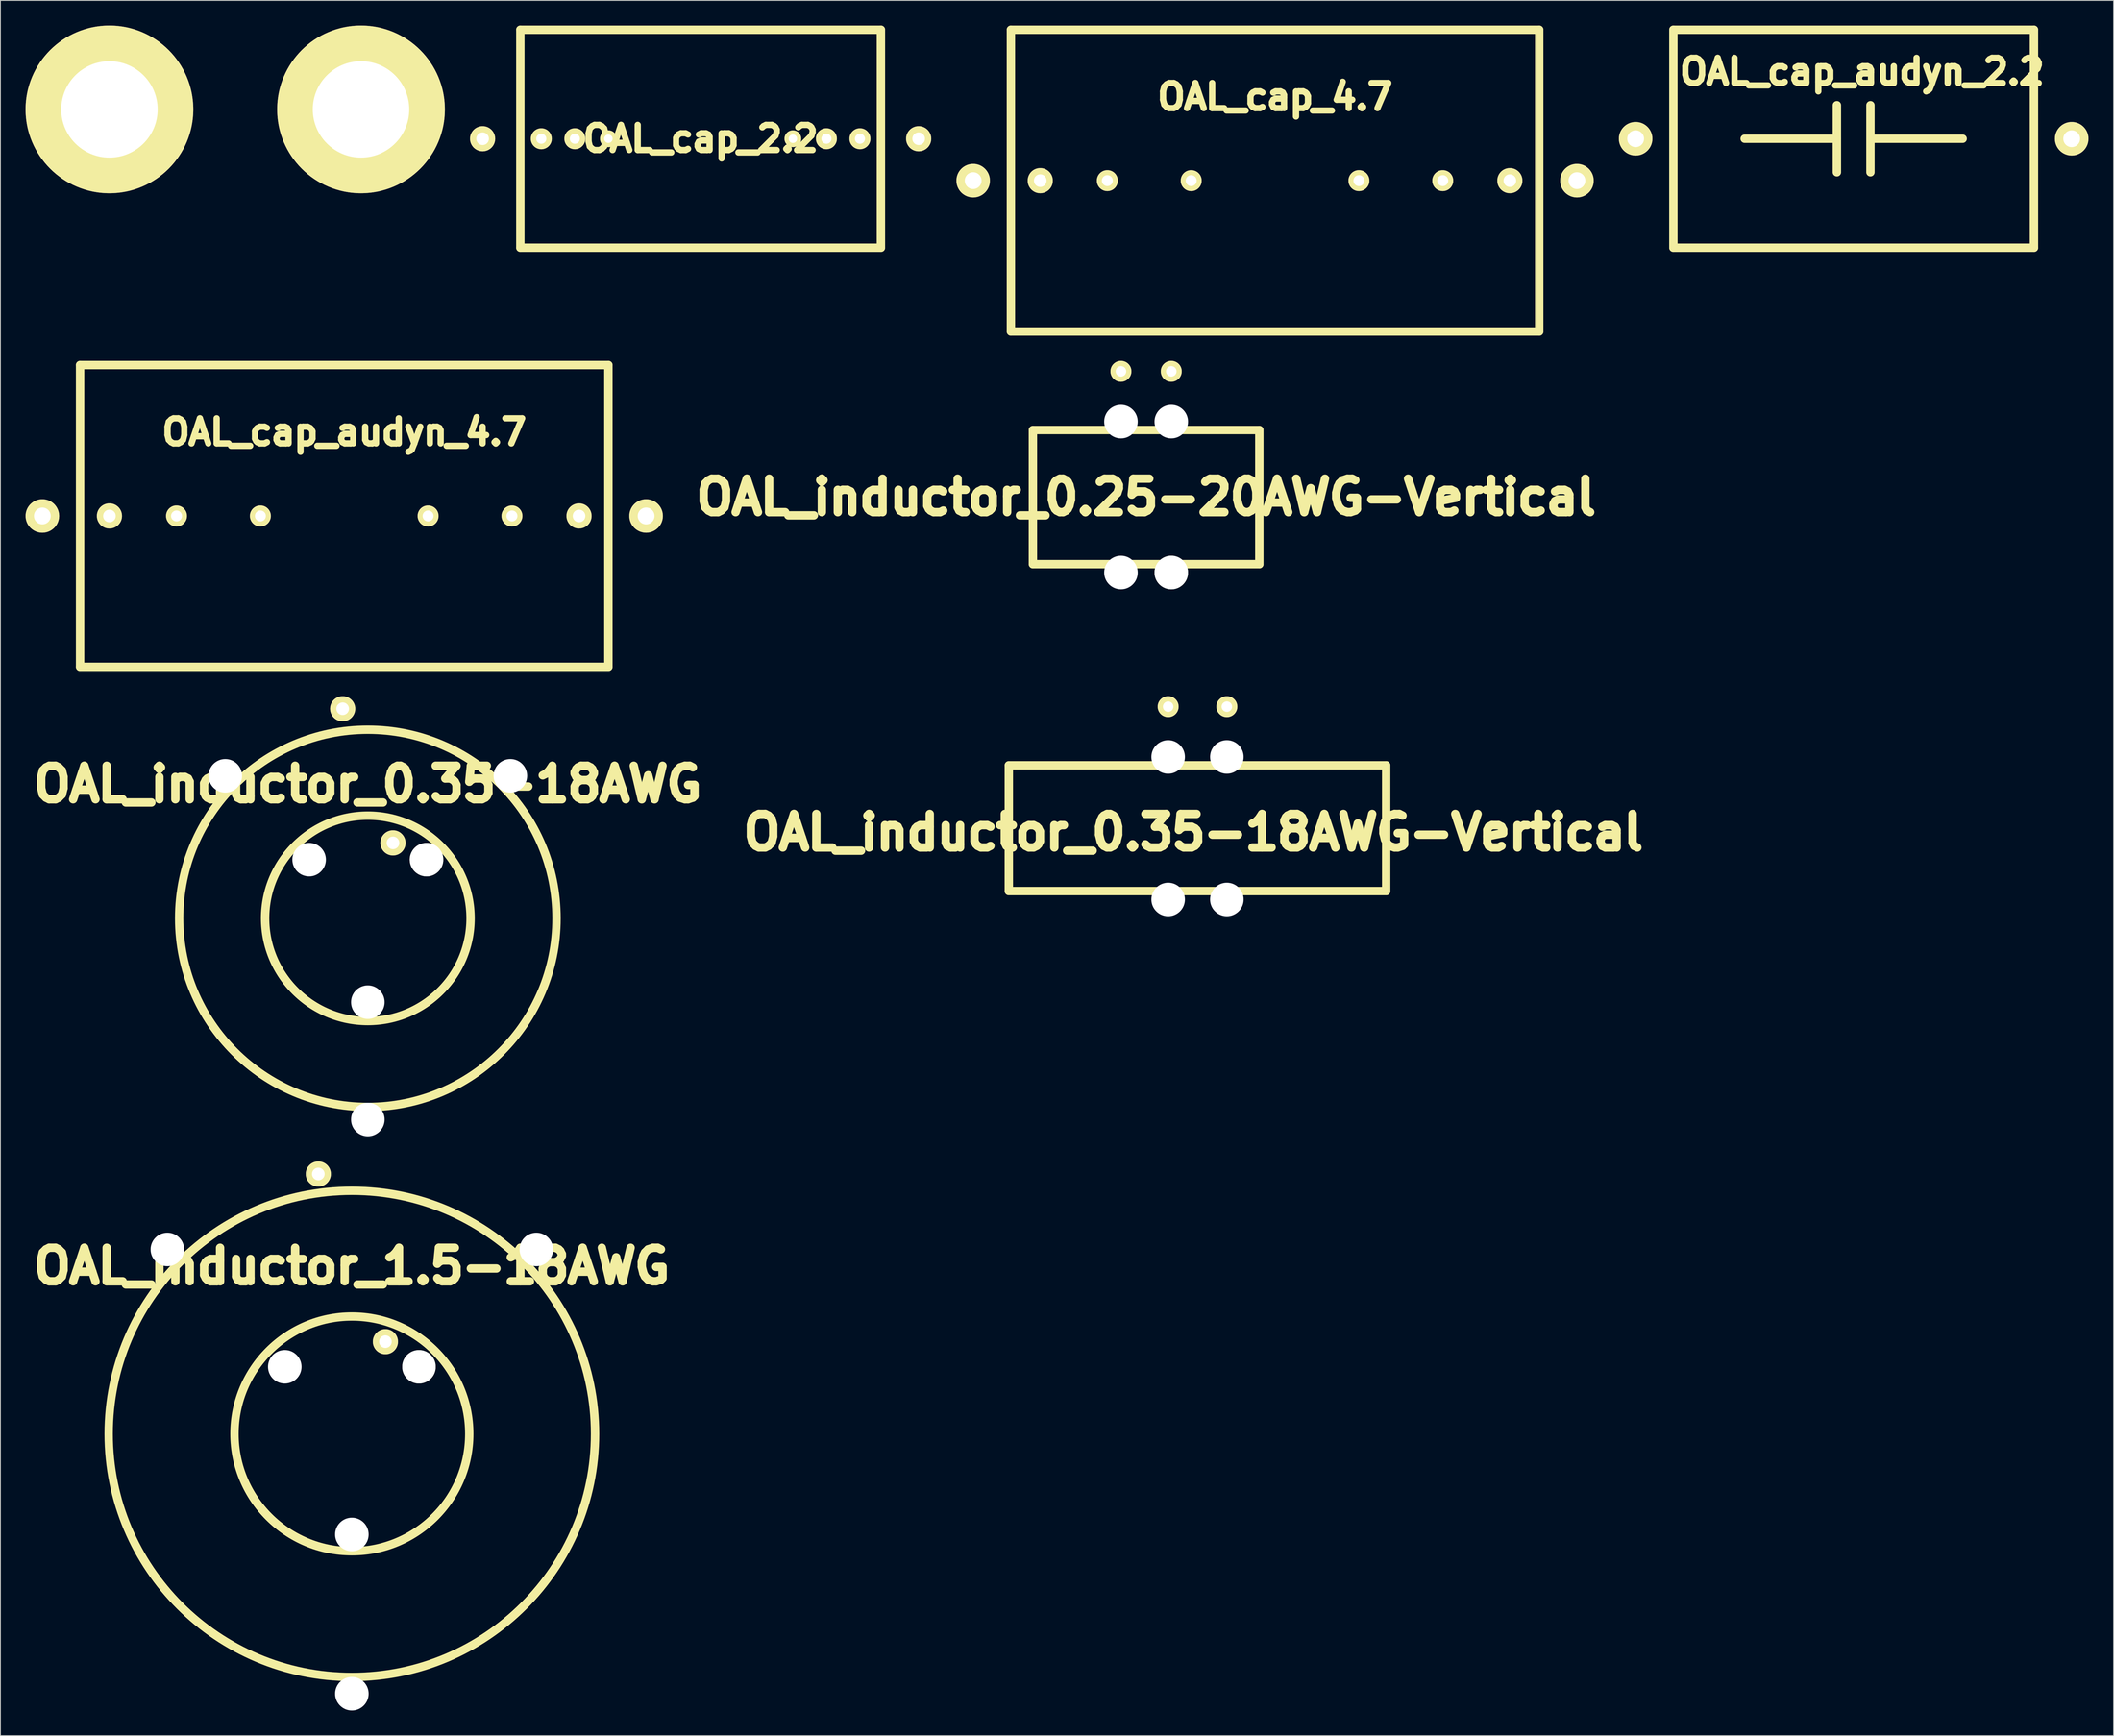
<source format=kicad_pcb>
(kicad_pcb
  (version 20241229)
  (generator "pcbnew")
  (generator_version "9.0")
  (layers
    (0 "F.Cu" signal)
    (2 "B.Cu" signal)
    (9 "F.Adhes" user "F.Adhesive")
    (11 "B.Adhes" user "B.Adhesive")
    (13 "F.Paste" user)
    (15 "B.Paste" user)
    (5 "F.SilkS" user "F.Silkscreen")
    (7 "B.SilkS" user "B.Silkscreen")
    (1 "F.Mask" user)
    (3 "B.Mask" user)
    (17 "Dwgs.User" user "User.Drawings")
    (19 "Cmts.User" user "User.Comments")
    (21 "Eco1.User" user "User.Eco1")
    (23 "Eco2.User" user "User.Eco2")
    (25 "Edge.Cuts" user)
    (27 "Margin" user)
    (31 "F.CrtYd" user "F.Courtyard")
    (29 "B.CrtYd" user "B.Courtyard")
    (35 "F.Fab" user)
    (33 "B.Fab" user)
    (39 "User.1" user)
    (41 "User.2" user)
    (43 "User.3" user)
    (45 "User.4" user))
  (footprint "OAL_cap_2.2"
    (layer "F.Cu")
    (at 80.5 13.5)
    (property "Reference" "OAL_cap_2.2" (at 0 0 0) (layer "F.SilkS") (effects (font (size 3 3) (thickness 0.75))))
    (attr through_hole)
    (fp_line (start -21.5 -13) (end -21.5 13) (stroke (width 1) (type solid)) (layer "F.SilkS"))
    (fp_line (start -21.5 -13) (end 21.5 -13) (stroke (width 1) (type solid)) (layer "F.SilkS"))
    (fp_line (start -21.5 13) (end 21.5 13) (stroke (width 1) (type solid)) (layer "F.SilkS"))
    (fp_line (start 21.5 -13) (end 21.5 13) (stroke (width 1) (type solid)) (layer "F.SilkS"))
    (pad "1" thru_hole circle (at -26 0) (size 3 3) (drill 1.5) (layers "*.Cu" "*.Mask" "F.SilkS"))
    (pad "1" thru_hole circle (at -19 0) (size 2.5 2.5) (drill 1.2) (layers "*.Cu" "*.Mask" "F.SilkS"))
    (pad "1" thru_hole circle (at -15 0) (size 2.5 2.5) (drill 1.2) (layers "*.Cu" "*.Mask" "F.SilkS"))
    (pad "1" thru_hole circle (at -11 0) (size 2 2) (drill 1) (layers "*.Cu" "*.Mask" "F.SilkS"))
    (pad "2" thru_hole circle (at 11 0 180) (size 2 2) (drill 1) (layers "*.Cu" "*.Mask" "F.SilkS"))
    (pad "2" thru_hole circle (at 15 0 180) (size 2.5 2.5) (drill 1.2) (layers "*.Cu" "*.Mask" "F.SilkS"))
    (pad "2" thru_hole circle (at 19 0 180) (size 2.5 2.5) (drill 1.2) (layers "*.Cu" "*.Mask" "F.SilkS"))
    (pad "2" thru_hole circle (at 26 0) (size 3 3) (drill 1.5) (layers "*.Cu" "*.Mask" "F.SilkS")))
  (footprint "OAL_cap_4.7"
    (layer "F.Cu")
    (at 149 18.5)
    (property "Reference" "OAL_cap_4.7" (at 0 -10 0) (layer "F.SilkS") (effects (font (size 3 3) (thickness 0.75))))
    (attr through_hole)
    (fp_line (start -31.5 -18) (end -31.5 18) (stroke (width 1) (type solid)) (layer "F.SilkS"))
    (fp_line (start -31.5 -18) (end 31.5 -18) (stroke (width 1) (type solid)) (layer "F.SilkS"))
    (fp_line (start -31.5 18) (end 31.5 18) (stroke (width 1) (type solid)) (layer "F.SilkS"))
    (fp_line (start 31.5 -18) (end 31.5 18) (stroke (width 1) (type solid)) (layer "F.SilkS"))
    (pad "1" thru_hole circle (at -36 0) (size 4 4) (drill 2) (layers "*.Cu" "*.Mask" "F.SilkS"))
    (pad "1" thru_hole circle (at -28 0) (size 3 3) (drill 1.5) (layers "*.Cu" "*.Mask" "F.SilkS"))
    (pad "1" thru_hole circle (at -20 0) (size 2.5 2.5) (drill 1.3) (layers "*.Cu" "*.Mask" "F.SilkS"))
    (pad "1" thru_hole circle (at -10 0) (size 2.5 2.5) (drill 1.3) (layers "*.Cu" "*.Mask" "F.SilkS"))
    (pad "2" thru_hole circle (at 10 0) (size 2.5 2.5) (drill 1.3) (layers "*.Cu" "*.Mask" "F.SilkS"))
    (pad "2" thru_hole circle (at 20 0) (size 2.5 2.5) (drill 1.3) (layers "*.Cu" "*.Mask" "F.SilkS"))
    (pad "2" thru_hole circle (at 28 0) (size 3 3) (drill 1.5) (layers "*.Cu" "*.Mask" "F.SilkS"))
    (pad "2" thru_hole circle (at 36 0) (size 4 4) (drill 2) (layers "*.Cu" "*.Mask" "F.SilkS")))
  (footprint "OAL_cap_audyn_4.7"
    (layer "F.Cu")
    (at 38 58.5)
    (property "Reference" "OAL_cap_audyn_4.7" (at 0 -10 0) (layer "F.SilkS") (effects (font (size 3 3) (thickness 0.75))))
    (attr through_hole)
    (fp_line (start -31.5 -18) (end -31.5 18) (stroke (width 1) (type solid)) (layer "F.SilkS"))
    (fp_line (start -31.5 -18) (end 31.5 -18) (stroke (width 1) (type solid)) (layer "F.SilkS"))
    (fp_line (start -31.5 18) (end 31.5 18) (stroke (width 1) (type solid)) (layer "F.SilkS"))
    (fp_line (start 31.5 -18) (end 31.5 18) (stroke (width 1) (type solid)) (layer "F.SilkS"))
    (pad "1" thru_hole circle (at -36 0) (size 4 4) (drill 2) (layers "*.Cu" "*.Mask" "F.SilkS"))
    (pad "1" thru_hole circle (at -28 0) (size 3 3) (drill 1.5) (layers "*.Cu" "*.Mask" "F.SilkS"))
    (pad "1" thru_hole circle (at -20 0) (size 2.5 2.5) (drill 1.3) (layers "*.Cu" "*.Mask" "F.SilkS"))
    (pad "1" thru_hole circle (at -10 0) (size 2.5 2.5) (drill 1.3) (layers "*.Cu" "*.Mask" "F.SilkS"))
    (pad "2" thru_hole circle (at 10 0) (size 2.5 2.5) (drill 1.3) (layers "*.Cu" "*.Mask" "F.SilkS"))
    (pad "2" thru_hole circle (at 20 0) (size 2.5 2.5) (drill 1.3) (layers "*.Cu" "*.Mask" "F.SilkS"))
    (pad "2" thru_hole circle (at 28 0) (size 3 3) (drill 1.5) (layers "*.Cu" "*.Mask" "F.SilkS"))
    (pad "2" thru_hole circle (at 36 0) (size 4 4) (drill 2) (layers "*.Cu" "*.Mask" "F.SilkS")))
  (footprint "OAL_inductor_0.35-18AWG-Vertical"
    (layer "F.Cu")
    (at 117.252 103.25)
    (property "Reference" "OAL_inductor_0.35-18AWG-Vertical" (at 22 -7 0) (layer "F.SilkS") (effects (font (size 4 4) (thickness 1))))
    (attr through_hole)
    (fp_line (start 0 -15) (end 45 -15) (stroke (width 1) (type solid)) (layer "F.SilkS"))
    (fp_line (start 0 0) (end 0 -15) (stroke (width 1) (type solid)) (layer "F.SilkS"))
    (fp_line (start 0 0) (end 45 0) (stroke (width 1) (type solid)) (layer "F.SilkS"))
    (fp_line (start 45 0) (end 45 -15) (stroke (width 1) (type solid)) (layer "F.SilkS"))
    (pad "" np_thru_hole circle (at 19 -16) (size 4 4) (drill 4) (layers "*.Cu"))
    (pad "" np_thru_hole circle (at 19 1) (size 4 4) (drill 4) (layers "*.Cu"))
    (pad "" np_thru_hole circle (at 26 -16) (size 4 4) (drill 4) (layers "*.Cu"))
    (pad "" np_thru_hole circle (at 26 1) (size 4 4) (drill 4) (layers "*.Cu"))
    (pad "1" thru_hole circle (at 19 -22) (size 2.5 2.5) (drill 1.25) (layers "*.Cu" "*.Mask" "F.SilkS"))
    (pad "2" thru_hole circle (at 26 -22) (size 2.5 2.5) (drill 1.25) (layers "*.Cu" "*.Mask" "F.SilkS")))
  (footprint "OAL_inductor_1.5-18AWG"
    (layer "F.Cu")
    (at 38.91 168)
    (property "Reference" "OAL_inductor_1.5-18AWG" (at 0 -20 0) (layer "F.SilkS") (effects (font (size 4 4) (thickness 1))))
    (attr through_hole)
    (fp_circle (center 0 0) (end 14 0) (stroke (width 1) (type solid)) (fill no) (layer "F.SilkS"))
    (fp_circle (center 0 0) (end 29 0) (stroke (width 1) (type solid)) (fill no) (layer "F.SilkS"))
    (pad "" np_thru_hole circle (at -22 -22) (size 4 4) (drill 4) (layers "*.Cu"))
    (pad "" np_thru_hole circle (at -8 -8) (size 4 4) (drill 4) (layers "*.Cu"))
    (pad "" np_thru_hole circle (at 0 12) (size 4 4) (drill 4) (layers "*.Cu"))
    (pad "" np_thru_hole circle (at 0 31) (size 4 4) (drill 4) (layers "*.Cu"))
    (pad "" np_thru_hole circle (at 8 -8) (size 4 4) (drill 4) (layers "*.Cu" "*.Mask" "F.SilkS"))
    (pad "" np_thru_hole circle (at 22 -22) (size 4 4) (drill 4) (layers "*.Cu"))
    (pad "1" thru_hole circle (at 4 -11) (size 3 3) (drill 1.5) (layers "*.Cu" "*.Mask" "F.SilkS"))
    (pad "2" thru_hole circle (at -4 -31) (size 3 3) (drill 1.5) (layers "*.Cu" "*.Mask" "F.SilkS")))
  (footprint "OAL_inductor_0.25-20AWG-Vertical"
    (layer "F.Cu")
    (at 133.624 56.25)
    (property "Reference" "OAL_inductor_0.25-20AWG-Vertical" (at 0 0 0) (layer "F.SilkS") (effects (font (size 4 4) (thickness 1))))
    (attr through_hole)
    (fp_line (start -13.5 -8) (end -13.5 8) (stroke (width 1) (type solid)) (layer "F.SilkS"))
    (fp_line (start -13.5 -8) (end 13.5 -8) (stroke (width 1) (type solid)) (layer "F.SilkS"))
    (fp_line (start -13.5 8) (end 13.5 8) (stroke (width 1) (type solid)) (layer "F.SilkS"))
    (fp_line (start 13.5 -8) (end 13.5 8) (stroke (width 1) (type solid)) (layer "F.SilkS"))
    (pad "" np_thru_hole circle (at -3 -9) (size 4 4) (drill 4) (layers "*.Cu"))
    (pad "" np_thru_hole circle (at -3 9) (size 4 4) (drill 4) (layers "*.Cu"))
    (pad "" np_thru_hole circle (at 3 -9) (size 4 4) (drill 4) (layers "*.Cu"))
    (pad "" np_thru_hole circle (at 3 9) (size 4 4) (drill 4) (layers "*.Cu" "*.Mask" "F.SilkS"))
    (pad "1" thru_hole circle (at -3 -15) (size 2.5 2.5) (drill 1.25) (layers "*.Cu" "*.Mask" "F.SilkS"))
    (pad "2" thru_hole circle (at 3 -15) (size 2.5 2.5) (drill 1.25) (layers "*.Cu" "*.Mask" "F.SilkS")))
  (footprint "OAL_inductor_0.35-18AWG"
    (layer "F.Cu")
    (at 40.814 106.5)
    (property "Reference" "OAL_inductor_0.35-18AWG" (at 0 -16 0) (layer "F.SilkS") (effects (font (size 4 4) (thickness 1))))
    (attr through_hole)
    (fp_circle (center 0 0) (end 12.25 0) (stroke (width 1) (type solid)) (fill no) (layer "F.SilkS"))
    (fp_circle (center 0 0) (end 22.5 0) (stroke (width 1) (type solid)) (fill no) (layer "F.SilkS"))
    (pad "" np_thru_hole circle (at -17 -17) (size 4 4) (drill 4) (layers "*.Cu"))
    (pad "" np_thru_hole circle (at -7 -7) (size 4 4) (drill 4) (layers "*.Cu"))
    (pad "" np_thru_hole circle (at 0 10) (size 4 4) (drill 4) (layers "*.Cu"))
    (pad "" np_thru_hole circle (at 0 24) (size 4 4) (drill 4) (layers "*.Cu"))
    (pad "" np_thru_hole circle (at 7 -7) (size 4 4) (drill 4) (layers "*.Cu" "*.Mask" "F.SilkS"))
    (pad "" np_thru_hole circle (at 17 -17) (size 4 4) (drill 4) (layers "*.Cu"))
    (pad "1" thru_hole circle (at 3 -9) (size 3 3) (drill 1.5) (layers "*.Cu" "*.Mask" "F.SilkS"))
    (pad "2" thru_hole circle (at -3 -25) (size 3 3) (drill 1.5) (layers "*.Cu" "*.Mask" "F.SilkS")))
  (footprint "OAL_cap_audyn_2.2"
    (layer "F.Cu")
    (at 218 13.5)
    (property "Reference" "OAL_cap_audyn_2.2" (at 1 -8 0) (layer "F.SilkS") (effects (font (size 3 3) (thickness 0.75))))
    (attr through_hole)
    (fp_line (start -21.5 -13) (end -21.5 13) (stroke (width 1) (type solid)) (layer "F.SilkS"))
    (fp_line (start -21.5 -13) (end 21.5 -13) (stroke (width 1) (type solid)) (layer "F.SilkS"))
    (fp_line (start -21.5 13) (end 21.5 13) (stroke (width 1) (type solid)) (layer "F.SilkS"))
    (fp_line (start -13 0) (end -2 0) (stroke (width 1) (type solid)) (layer "F.SilkS"))
    (fp_line (start -2 -4) (end -2 4) (stroke (width 1) (type solid)) (layer "F.SilkS"))
    (fp_line (start 2 -4) (end 2 4) (stroke (width 1) (type solid)) (layer "F.SilkS"))
    (fp_line (start 13 0) (end 2 0) (stroke (width 1) (type solid)) (layer "F.SilkS"))
    (fp_line (start 21.5 -13) (end 21.5 13) (stroke (width 1) (type solid)) (layer "F.SilkS"))
    (pad "1" thru_hole circle (at -26 0) (size 4 4) (drill 2) (layers "*.Cu" "*.Mask" "F.SilkS"))
    (pad "2" thru_hole circle (at 26 0) (size 4 4) (drill 2) (layers "*.Cu" "*.Mask" "F.SilkS")))
  (footprint "OAL_binding_posts"
    (layer "F.Cu")
    (at 10 10)
    (property "Reference" "OAL_binding_posts" (at 0 4 0) (layer "F.SilkS") (effects (font (size 1 1) (thickness 0.15))))
    (attr through_hole)
    (pad "1" thru_hole circle (at 0 0) (size 20 20) (drill 11.5) (layers "*.Cu" "*.Mask" "F.SilkS"))
    (pad "2" thru_hole circle (at 30 0) (size 20 20) (drill 11.5) (layers "*.Cu" "*.Mask" "F.SilkS")))
  (gr_rect
    (start -3 -3)
    (end 249 204)
    (stroke (width 0.1) (type default))
    (fill no)
    (layer "Edge.Cuts")))
</source>
